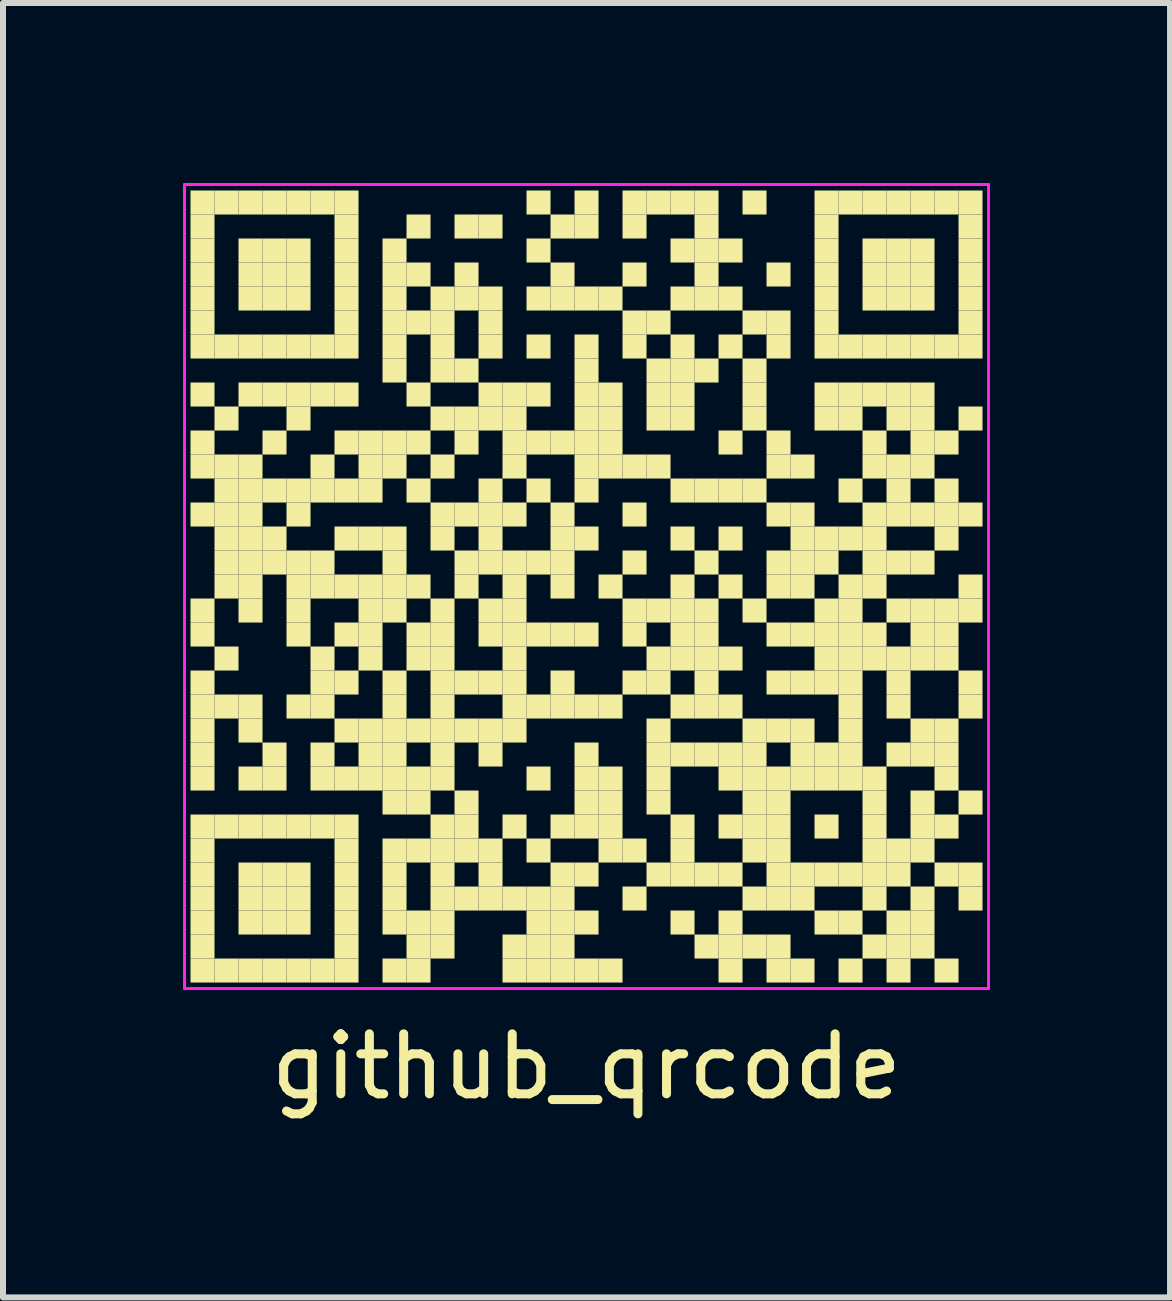
<source format=kicad_pcb>
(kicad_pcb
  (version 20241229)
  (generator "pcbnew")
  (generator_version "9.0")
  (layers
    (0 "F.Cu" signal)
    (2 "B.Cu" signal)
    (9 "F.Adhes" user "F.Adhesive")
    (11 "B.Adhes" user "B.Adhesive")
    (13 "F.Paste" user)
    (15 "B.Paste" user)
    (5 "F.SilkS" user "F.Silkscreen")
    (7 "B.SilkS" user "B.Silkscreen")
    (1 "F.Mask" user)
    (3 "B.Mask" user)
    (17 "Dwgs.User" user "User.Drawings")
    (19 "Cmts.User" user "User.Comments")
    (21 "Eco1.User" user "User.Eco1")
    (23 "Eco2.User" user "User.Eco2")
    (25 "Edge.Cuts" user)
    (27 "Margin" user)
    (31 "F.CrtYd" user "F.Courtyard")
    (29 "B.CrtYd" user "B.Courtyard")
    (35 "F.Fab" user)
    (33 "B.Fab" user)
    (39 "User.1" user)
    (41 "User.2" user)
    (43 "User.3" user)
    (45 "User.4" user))
  (footprint "github_qrcode"
    (layer "F.Cu")
    (at 6.725 6.725)
    (property "Reference" "github_qrcode" (at 0 8 0) (layer "F.SilkS") (effects (font (size 1 1) (thickness 0.15))))
    (fp_rect (start -6.6 -6.6) (end -6.2 -6.2) (stroke (width 0) (type solid)) (fill yes) (layer "F.SilkS"))
    (fp_rect (start -6.6 -6.2) (end -6.2 -5.8) (stroke (width 0) (type solid)) (fill yes) (layer "F.SilkS"))
    (fp_rect (start -6.6 -5.8) (end -6.2 -5.4) (stroke (width 0) (type solid)) (fill yes) (layer "F.SilkS"))
    (fp_rect (start -6.6 -5.4) (end -6.2 -5) (stroke (width 0) (type solid)) (fill yes) (layer "F.SilkS"))
    (fp_rect (start -6.6 -5) (end -6.2 -4.6) (stroke (width 0) (type solid)) (fill yes) (layer "F.SilkS"))
    (fp_rect (start -6.6 -4.6) (end -6.2 -4.2) (stroke (width 0) (type solid)) (fill yes) (layer "F.SilkS"))
    (fp_rect (start -6.6 -4.2) (end -6.2 -3.8) (stroke (width 0) (type solid)) (fill yes) (layer "F.SilkS"))
    (fp_rect (start -6.6 -3.4) (end -6.2 -3) (stroke (width 0) (type solid)) (fill yes) (layer "F.SilkS"))
    (fp_rect (start -6.6 -2.6) (end -6.2 -2.2) (stroke (width 0) (type solid)) (fill yes) (layer "F.SilkS"))
    (fp_rect (start -6.6 -2.2) (end -6.2 -1.8) (stroke (width 0) (type solid)) (fill yes) (layer "F.SilkS"))
    (fp_rect (start -6.6 -1.4) (end -6.2 -1) (stroke (width 0) (type solid)) (fill yes) (layer "F.SilkS"))
    (fp_rect (start -6.6 0.2) (end -6.2 0.6) (stroke (width 0) (type solid)) (fill yes) (layer "F.SilkS"))
    (fp_rect (start -6.6 0.6) (end -6.2 1) (stroke (width 0) (type solid)) (fill yes) (layer "F.SilkS"))
    (fp_rect (start -6.6 1.4) (end -6.2 1.8) (stroke (width 0) (type solid)) (fill yes) (layer "F.SilkS"))
    (fp_rect (start -6.6 1.8) (end -6.2 2.2) (stroke (width 0) (type solid)) (fill yes) (layer "F.SilkS"))
    (fp_rect (start -6.6 2.2) (end -6.2 2.6) (stroke (width 0) (type solid)) (fill yes) (layer "F.SilkS"))
    (fp_rect (start -6.6 2.6) (end -6.2 3) (stroke (width 0) (type solid)) (fill yes) (layer "F.SilkS"))
    (fp_rect (start -6.6 3) (end -6.2 3.4) (stroke (width 0) (type solid)) (fill yes) (layer "F.SilkS"))
    (fp_rect (start -6.6 3.8) (end -6.2 4.2) (stroke (width 0) (type solid)) (fill yes) (layer "F.SilkS"))
    (fp_rect (start -6.6 4.2) (end -6.2 4.6) (stroke (width 0) (type solid)) (fill yes) (layer "F.SilkS"))
    (fp_rect (start -6.6 4.6) (end -6.2 5) (stroke (width 0) (type solid)) (fill yes) (layer "F.SilkS"))
    (fp_rect (start -6.6 5) (end -6.2 5.4) (stroke (width 0) (type solid)) (fill yes) (layer "F.SilkS"))
    (fp_rect (start -6.6 5.4) (end -6.2 5.8) (stroke (width 0) (type solid)) (fill yes) (layer "F.SilkS"))
    (fp_rect (start -6.6 5.8) (end -6.2 6.2) (stroke (width 0) (type solid)) (fill yes) (layer "F.SilkS"))
    (fp_rect (start -6.6 6.2) (end -6.2 6.6) (stroke (width 0) (type solid)) (fill yes) (layer "F.SilkS"))
    (fp_rect (start -6.2 -6.6) (end -5.8 -6.2) (stroke (width 0) (type solid)) (fill yes) (layer "F.SilkS"))
    (fp_rect (start -6.2 -4.2) (end -5.8 -3.8) (stroke (width 0) (type solid)) (fill yes) (layer "F.SilkS"))
    (fp_rect (start -6.2 -3) (end -5.8 -2.6) (stroke (width 0) (type solid)) (fill yes) (layer "F.SilkS"))
    (fp_rect (start -6.2 -2.2) (end -5.8 -1.8) (stroke (width 0) (type solid)) (fill yes) (layer "F.SilkS"))
    (fp_rect (start -6.2 -1.8) (end -5.8 -1.4) (stroke (width 0) (type solid)) (fill yes) (layer "F.SilkS"))
    (fp_rect (start -6.2 -1.4) (end -5.8 -1) (stroke (width 0) (type solid)) (fill yes) (layer "F.SilkS"))
    (fp_rect (start -6.2 -1) (end -5.8 -0.6) (stroke (width 0) (type solid)) (fill yes) (layer "F.SilkS"))
    (fp_rect (start -6.2 -0.6) (end -5.8 -0.2) (stroke (width 0) (type solid)) (fill yes) (layer "F.SilkS"))
    (fp_rect (start -6.2 -0.2) (end -5.8 0.2) (stroke (width 0) (type solid)) (fill yes) (layer "F.SilkS"))
    (fp_rect (start -6.2 1) (end -5.8 1.4) (stroke (width 0) (type solid)) (fill yes) (layer "F.SilkS"))
    (fp_rect (start -6.2 1.8) (end -5.8 2.2) (stroke (width 0) (type solid)) (fill yes) (layer "F.SilkS"))
    (fp_rect (start -6.2 3.8) (end -5.8 4.2) (stroke (width 0) (type solid)) (fill yes) (layer "F.SilkS"))
    (fp_rect (start -6.2 6.2) (end -5.8 6.6) (stroke (width 0) (type solid)) (fill yes) (layer "F.SilkS"))
    (fp_rect (start -5.8 -6.6) (end -5.4 -6.2) (stroke (width 0) (type solid)) (fill yes) (layer "F.SilkS"))
    (fp_rect (start -5.8 -5.8) (end -5.4 -5.4) (stroke (width 0) (type solid)) (fill yes) (layer "F.SilkS"))
    (fp_rect (start -5.8 -5.4) (end -5.4 -5) (stroke (width 0) (type solid)) (fill yes) (layer "F.SilkS"))
    (fp_rect (start -5.8 -5) (end -5.4 -4.6) (stroke (width 0) (type solid)) (fill yes) (layer "F.SilkS"))
    (fp_rect (start -5.8 -4.2) (end -5.4 -3.8) (stroke (width 0) (type solid)) (fill yes) (layer "F.SilkS"))
    (fp_rect (start -5.8 -3.4) (end -5.4 -3) (stroke (width 0) (type solid)) (fill yes) (layer "F.SilkS"))
    (fp_rect (start -5.8 -2.2) (end -5.4 -1.8) (stroke (width 0) (type solid)) (fill yes) (layer "F.SilkS"))
    (fp_rect (start -5.8 -1.8) (end -5.4 -1.4) (stroke (width 0) (type solid)) (fill yes) (layer "F.SilkS"))
    (fp_rect (start -5.8 -1.4) (end -5.4 -1) (stroke (width 0) (type solid)) (fill yes) (layer "F.SilkS"))
    (fp_rect (start -5.8 -1) (end -5.4 -0.6) (stroke (width 0) (type solid)) (fill yes) (layer "F.SilkS"))
    (fp_rect (start -5.8 -0.6) (end -5.4 -0.2) (stroke (width 0) (type solid)) (fill yes) (layer "F.SilkS"))
    (fp_rect (start -5.8 -0.2) (end -5.4 0.2) (stroke (width 0) (type solid)) (fill yes) (layer "F.SilkS"))
    (fp_rect (start -5.8 0.2) (end -5.4 0.6) (stroke (width 0) (type solid)) (fill yes) (layer "F.SilkS"))
    (fp_rect (start -5.8 1.8) (end -5.4 2.2) (stroke (width 0) (type solid)) (fill yes) (layer "F.SilkS"))
    (fp_rect (start -5.8 2.2) (end -5.4 2.6) (stroke (width 0) (type solid)) (fill yes) (layer "F.SilkS"))
    (fp_rect (start -5.8 3) (end -5.4 3.4) (stroke (width 0) (type solid)) (fill yes) (layer "F.SilkS"))
    (fp_rect (start -5.8 3.8) (end -5.4 4.2) (stroke (width 0) (type solid)) (fill yes) (layer "F.SilkS"))
    (fp_rect (start -5.8 4.6) (end -5.4 5) (stroke (width 0) (type solid)) (fill yes) (layer "F.SilkS"))
    (fp_rect (start -5.8 5) (end -5.4 5.4) (stroke (width 0) (type solid)) (fill yes) (layer "F.SilkS"))
    (fp_rect (start -5.8 5.4) (end -5.4 5.8) (stroke (width 0) (type solid)) (fill yes) (layer "F.SilkS"))
    (fp_rect (start -5.8 6.2) (end -5.4 6.6) (stroke (width 0) (type solid)) (fill yes) (layer "F.SilkS"))
    (fp_rect (start -5.4 -6.6) (end -5 -6.2) (stroke (width 0) (type solid)) (fill yes) (layer "F.SilkS"))
    (fp_rect (start -5.4 -5.8) (end -5 -5.4) (stroke (width 0) (type solid)) (fill yes) (layer "F.SilkS"))
    (fp_rect (start -5.4 -5.4) (end -5 -5) (stroke (width 0) (type solid)) (fill yes) (layer "F.SilkS"))
    (fp_rect (start -5.4 -5) (end -5 -4.6) (stroke (width 0) (type solid)) (fill yes) (layer "F.SilkS"))
    (fp_rect (start -5.4 -4.2) (end -5 -3.8) (stroke (width 0) (type solid)) (fill yes) (layer "F.SilkS"))
    (fp_rect (start -5.4 -3.4) (end -5 -3) (stroke (width 0) (type solid)) (fill yes) (layer "F.SilkS"))
    (fp_rect (start -5.4 -2.6) (end -5 -2.2) (stroke (width 0) (type solid)) (fill yes) (layer "F.SilkS"))
    (fp_rect (start -5.4 -1.8) (end -5 -1.4) (stroke (width 0) (type solid)) (fill yes) (layer "F.SilkS"))
    (fp_rect (start -5.4 -1) (end -5 -0.6) (stroke (width 0) (type solid)) (fill yes) (layer "F.SilkS"))
    (fp_rect (start -5.4 -0.6) (end -5 -0.2) (stroke (width 0) (type solid)) (fill yes) (layer "F.SilkS"))
    (fp_rect (start -5.4 2.6) (end -5 3) (stroke (width 0) (type solid)) (fill yes) (layer "F.SilkS"))
    (fp_rect (start -5.4 3) (end -5 3.4) (stroke (width 0) (type solid)) (fill yes) (layer "F.SilkS"))
    (fp_rect (start -5.4 3.8) (end -5 4.2) (stroke (width 0) (type solid)) (fill yes) (layer "F.SilkS"))
    (fp_rect (start -5.4 4.6) (end -5 5) (stroke (width 0) (type solid)) (fill yes) (layer "F.SilkS"))
    (fp_rect (start -5.4 5) (end -5 5.4) (stroke (width 0) (type solid)) (fill yes) (layer "F.SilkS"))
    (fp_rect (start -5.4 5.4) (end -5 5.8) (stroke (width 0) (type solid)) (fill yes) (layer "F.SilkS"))
    (fp_rect (start -5.4 6.2) (end -5 6.6) (stroke (width 0) (type solid)) (fill yes) (layer "F.SilkS"))
    (fp_rect (start -5 -6.6) (end -4.6 -6.2) (stroke (width 0) (type solid)) (fill yes) (layer "F.SilkS"))
    (fp_rect (start -5 -5.8) (end -4.6 -5.4) (stroke (width 0) (type solid)) (fill yes) (layer "F.SilkS"))
    (fp_rect (start -5 -5.4) (end -4.6 -5) (stroke (width 0) (type solid)) (fill yes) (layer "F.SilkS"))
    (fp_rect (start -5 -5) (end -4.6 -4.6) (stroke (width 0) (type solid)) (fill yes) (layer "F.SilkS"))
    (fp_rect (start -5 -4.2) (end -4.6 -3.8) (stroke (width 0) (type solid)) (fill yes) (layer "F.SilkS"))
    (fp_rect (start -5 -3.4) (end -4.6 -3) (stroke (width 0) (type solid)) (fill yes) (layer "F.SilkS"))
    (fp_rect (start -5 -3) (end -4.6 -2.6) (stroke (width 0) (type solid)) (fill yes) (layer "F.SilkS"))
    (fp_rect (start -5 -1.8) (end -4.6 -1.4) (stroke (width 0) (type solid)) (fill yes) (layer "F.SilkS"))
    (fp_rect (start -5 -1.4) (end -4.6 -1) (stroke (width 0) (type solid)) (fill yes) (layer "F.SilkS"))
    (fp_rect (start -5 -0.6) (end -4.6 -0.2) (stroke (width 0) (type solid)) (fill yes) (layer "F.SilkS"))
    (fp_rect (start -5 -0.2) (end -4.6 0.2) (stroke (width 0) (type solid)) (fill yes) (layer "F.SilkS"))
    (fp_rect (start -5 0.2) (end -4.6 0.6) (stroke (width 0) (type solid)) (fill yes) (layer "F.SilkS"))
    (fp_rect (start -5 0.6) (end -4.6 1) (stroke (width 0) (type solid)) (fill yes) (layer "F.SilkS"))
    (fp_rect (start -5 1.8) (end -4.6 2.2) (stroke (width 0) (type solid)) (fill yes) (layer "F.SilkS"))
    (fp_rect (start -5 3.8) (end -4.6 4.2) (stroke (width 0) (type solid)) (fill yes) (layer "F.SilkS"))
    (fp_rect (start -5 4.6) (end -4.6 5) (stroke (width 0) (type solid)) (fill yes) (layer "F.SilkS"))
    (fp_rect (start -5 5) (end -4.6 5.4) (stroke (width 0) (type solid)) (fill yes) (layer "F.SilkS"))
    (fp_rect (start -5 5.4) (end -4.6 5.8) (stroke (width 0) (type solid)) (fill yes) (layer "F.SilkS"))
    (fp_rect (start -5 6.2) (end -4.6 6.6) (stroke (width 0) (type solid)) (fill yes) (layer "F.SilkS"))
    (fp_rect (start -4.6 -6.6) (end -4.2 -6.2) (stroke (width 0) (type solid)) (fill yes) (layer "F.SilkS"))
    (fp_rect (start -4.6 -4.2) (end -4.2 -3.8) (stroke (width 0) (type solid)) (fill yes) (layer "F.SilkS"))
    (fp_rect (start -4.6 -3.4) (end -4.2 -3) (stroke (width 0) (type solid)) (fill yes) (layer "F.SilkS"))
    (fp_rect (start -4.6 -2.2) (end -4.2 -1.8) (stroke (width 0) (type solid)) (fill yes) (layer "F.SilkS"))
    (fp_rect (start -4.6 -1.8) (end -4.2 -1.4) (stroke (width 0) (type solid)) (fill yes) (layer "F.SilkS"))
    (fp_rect (start -4.6 -0.6) (end -4.2 -0.2) (stroke (width 0) (type solid)) (fill yes) (layer "F.SilkS"))
    (fp_rect (start -4.6 -0.2) (end -4.2 0.2) (stroke (width 0) (type solid)) (fill yes) (layer "F.SilkS"))
    (fp_rect (start -4.6 1) (end -4.2 1.4) (stroke (width 0) (type solid)) (fill yes) (layer "F.SilkS"))
    (fp_rect (start -4.6 1.4) (end -4.2 1.8) (stroke (width 0) (type solid)) (fill yes) (layer "F.SilkS"))
    (fp_rect (start -4.6 1.8) (end -4.2 2.2) (stroke (width 0) (type solid)) (fill yes) (layer "F.SilkS"))
    (fp_rect (start -4.6 2.6) (end -4.2 3) (stroke (width 0) (type solid)) (fill yes) (layer "F.SilkS"))
    (fp_rect (start -4.6 3) (end -4.2 3.4) (stroke (width 0) (type solid)) (fill yes) (layer "F.SilkS"))
    (fp_rect (start -4.6 3.8) (end -4.2 4.2) (stroke (width 0) (type solid)) (fill yes) (layer "F.SilkS"))
    (fp_rect (start -4.6 6.2) (end -4.2 6.6) (stroke (width 0) (type solid)) (fill yes) (layer "F.SilkS"))
    (fp_rect (start -4.2 -6.6) (end -3.8 -6.2) (stroke (width 0) (type solid)) (fill yes) (layer "F.SilkS"))
    (fp_rect (start -4.2 -6.2) (end -3.8 -5.8) (stroke (width 0) (type solid)) (fill yes) (layer "F.SilkS"))
    (fp_rect (start -4.2 -5.8) (end -3.8 -5.4) (stroke (width 0) (type solid)) (fill yes) (layer "F.SilkS"))
    (fp_rect (start -4.2 -5.4) (end -3.8 -5) (stroke (width 0) (type solid)) (fill yes) (layer "F.SilkS"))
    (fp_rect (start -4.2 -5) (end -3.8 -4.6) (stroke (width 0) (type solid)) (fill yes) (layer "F.SilkS"))
    (fp_rect (start -4.2 -4.6) (end -3.8 -4.2) (stroke (width 0) (type solid)) (fill yes) (layer "F.SilkS"))
    (fp_rect (start -4.2 -4.2) (end -3.8 -3.8) (stroke (width 0) (type solid)) (fill yes) (layer "F.SilkS"))
    (fp_rect (start -4.2 -3.4) (end -3.8 -3) (stroke (width 0) (type solid)) (fill yes) (layer "F.SilkS"))
    (fp_rect (start -4.2 -2.6) (end -3.8 -2.2) (stroke (width 0) (type solid)) (fill yes) (layer "F.SilkS"))
    (fp_rect (start -4.2 -1.8) (end -3.8 -1.4) (stroke (width 0) (type solid)) (fill yes) (layer "F.SilkS"))
    (fp_rect (start -4.2 -1) (end -3.8 -0.6) (stroke (width 0) (type solid)) (fill yes) (layer "F.SilkS"))
    (fp_rect (start -4.2 -0.2) (end -3.8 0.2) (stroke (width 0) (type solid)) (fill yes) (layer "F.SilkS"))
    (fp_rect (start -4.2 0.6) (end -3.8 1) (stroke (width 0) (type solid)) (fill yes) (layer "F.SilkS"))
    (fp_rect (start -4.2 1.4) (end -3.8 1.8) (stroke (width 0) (type solid)) (fill yes) (layer "F.SilkS"))
    (fp_rect (start -4.2 2.2) (end -3.8 2.6) (stroke (width 0) (type solid)) (fill yes) (layer "F.SilkS"))
    (fp_rect (start -4.2 3) (end -3.8 3.4) (stroke (width 0) (type solid)) (fill yes) (layer "F.SilkS"))
    (fp_rect (start -4.2 3.8) (end -3.8 4.2) (stroke (width 0) (type solid)) (fill yes) (layer "F.SilkS"))
    (fp_rect (start -4.2 4.2) (end -3.8 4.6) (stroke (width 0) (type solid)) (fill yes) (layer "F.SilkS"))
    (fp_rect (start -4.2 4.6) (end -3.8 5) (stroke (width 0) (type solid)) (fill yes) (layer "F.SilkS"))
    (fp_rect (start -4.2 5) (end -3.8 5.4) (stroke (width 0) (type solid)) (fill yes) (layer "F.SilkS"))
    (fp_rect (start -4.2 5.4) (end -3.8 5.8) (stroke (width 0) (type solid)) (fill yes) (layer "F.SilkS"))
    (fp_rect (start -4.2 5.8) (end -3.8 6.2) (stroke (width 0) (type solid)) (fill yes) (layer "F.SilkS"))
    (fp_rect (start -4.2 6.2) (end -3.8 6.6) (stroke (width 0) (type solid)) (fill yes) (layer "F.SilkS"))
    (fp_rect (start -3.8 -2.6) (end -3.4 -2.2) (stroke (width 0) (type solid)) (fill yes) (layer "F.SilkS"))
    (fp_rect (start -3.8 -2.2) (end -3.4 -1.8) (stroke (width 0) (type solid)) (fill yes) (layer "F.SilkS"))
    (fp_rect (start -3.8 -1.8) (end -3.4 -1.4) (stroke (width 0) (type solid)) (fill yes) (layer "F.SilkS"))
    (fp_rect (start -3.8 -1) (end -3.4 -0.6) (stroke (width 0) (type solid)) (fill yes) (layer "F.SilkS"))
    (fp_rect (start -3.8 -0.2) (end -3.4 0.2) (stroke (width 0) (type solid)) (fill yes) (layer "F.SilkS"))
    (fp_rect (start -3.8 0.2) (end -3.4 0.6) (stroke (width 0) (type solid)) (fill yes) (layer "F.SilkS"))
    (fp_rect (start -3.8 0.6) (end -3.4 1) (stroke (width 0) (type solid)) (fill yes) (layer "F.SilkS"))
    (fp_rect (start -3.8 1) (end -3.4 1.4) (stroke (width 0) (type solid)) (fill yes) (layer "F.SilkS"))
    (fp_rect (start -3.8 2.2) (end -3.4 2.6) (stroke (width 0) (type solid)) (fill yes) (layer "F.SilkS"))
    (fp_rect (start -3.8 2.6) (end -3.4 3) (stroke (width 0) (type solid)) (fill yes) (layer "F.SilkS"))
    (fp_rect (start -3.8 3) (end -3.4 3.4) (stroke (width 0) (type solid)) (fill yes) (layer "F.SilkS"))
    (fp_rect (start -3.4 -5.8) (end -3 -5.4) (stroke (width 0) (type solid)) (fill yes) (layer "F.SilkS"))
    (fp_rect (start -3.4 -5.4) (end -3 -5) (stroke (width 0) (type solid)) (fill yes) (layer "F.SilkS"))
    (fp_rect (start -3.4 -5) (end -3 -4.6) (stroke (width 0) (type solid)) (fill yes) (layer "F.SilkS"))
    (fp_rect (start -3.4 -4.6) (end -3 -4.2) (stroke (width 0) (type solid)) (fill yes) (layer "F.SilkS"))
    (fp_rect (start -3.4 -4.2) (end -3 -3.8) (stroke (width 0) (type solid)) (fill yes) (layer "F.SilkS"))
    (fp_rect (start -3.4 -3.8) (end -3 -3.4) (stroke (width 0) (type solid)) (fill yes) (layer "F.SilkS"))
    (fp_rect (start -3.4 -2.6) (end -3 -2.2) (stroke (width 0) (type solid)) (fill yes) (layer "F.SilkS"))
    (fp_rect (start -3.4 -2.2) (end -3 -1.8) (stroke (width 0) (type solid)) (fill yes) (layer "F.SilkS"))
    (fp_rect (start -3.4 -1) (end -3 -0.6) (stroke (width 0) (type solid)) (fill yes) (layer "F.SilkS"))
    (fp_rect (start -3.4 -0.6) (end -3 -0.2) (stroke (width 0) (type solid)) (fill yes) (layer "F.SilkS"))
    (fp_rect (start -3.4 -0.2) (end -3 0.2) (stroke (width 0) (type solid)) (fill yes) (layer "F.SilkS"))
    (fp_rect (start -3.4 0.2) (end -3 0.6) (stroke (width 0) (type solid)) (fill yes) (layer "F.SilkS"))
    (fp_rect (start -3.4 1.4) (end -3 1.8) (stroke (width 0) (type solid)) (fill yes) (layer "F.SilkS"))
    (fp_rect (start -3.4 1.8) (end -3 2.2) (stroke (width 0) (type solid)) (fill yes) (layer "F.SilkS"))
    (fp_rect (start -3.4 2.2) (end -3 2.6) (stroke (width 0) (type solid)) (fill yes) (layer "F.SilkS"))
    (fp_rect (start -3.4 2.6) (end -3 3) (stroke (width 0) (type solid)) (fill yes) (layer "F.SilkS"))
    (fp_rect (start -3.4 3) (end -3 3.4) (stroke (width 0) (type solid)) (fill yes) (layer "F.SilkS"))
    (fp_rect (start -3.4 3.4) (end -3 3.8) (stroke (width 0) (type solid)) (fill yes) (layer "F.SilkS"))
    (fp_rect (start -3.4 4.2) (end -3 4.6) (stroke (width 0) (type solid)) (fill yes) (layer "F.SilkS"))
    (fp_rect (start -3.4 4.6) (end -3 5) (stroke (width 0) (type solid)) (fill yes) (layer "F.SilkS"))
    (fp_rect (start -3.4 5) (end -3 5.4) (stroke (width 0) (type solid)) (fill yes) (layer "F.SilkS"))
    (fp_rect (start -3.4 5.4) (end -3 5.8) (stroke (width 0) (type solid)) (fill yes) (layer "F.SilkS"))
    (fp_rect (start -3.4 6.2) (end -3 6.6) (stroke (width 0) (type solid)) (fill yes) (layer "F.SilkS"))
    (fp_rect (start -3 -6.2) (end -2.6 -5.8) (stroke (width 0) (type solid)) (fill yes) (layer "F.SilkS"))
    (fp_rect (start -3 -5.4) (end -2.6 -5) (stroke (width 0) (type solid)) (fill yes) (layer "F.SilkS"))
    (fp_rect (start -3 -4.6) (end -2.6 -4.2) (stroke (width 0) (type solid)) (fill yes) (layer "F.SilkS"))
    (fp_rect (start -3 -3.4) (end -2.6 -3) (stroke (width 0) (type solid)) (fill yes) (layer "F.SilkS"))
    (fp_rect (start -3 -2.6) (end -2.6 -2.2) (stroke (width 0) (type solid)) (fill yes) (layer "F.SilkS"))
    (fp_rect (start -3 -1.8) (end -2.6 -1.4) (stroke (width 0) (type solid)) (fill yes) (layer "F.SilkS"))
    (fp_rect (start -3 -0.2) (end -2.6 0.2) (stroke (width 0) (type solid)) (fill yes) (layer "F.SilkS"))
    (fp_rect (start -3 0.6) (end -2.6 1) (stroke (width 0) (type solid)) (fill yes) (layer "F.SilkS"))
    (fp_rect (start -3 1) (end -2.6 1.4) (stroke (width 0) (type solid)) (fill yes) (layer "F.SilkS"))
    (fp_rect (start -3 2.2) (end -2.6 2.6) (stroke (width 0) (type solid)) (fill yes) (layer "F.SilkS"))
    (fp_rect (start -3 3) (end -2.6 3.4) (stroke (width 0) (type solid)) (fill yes) (layer "F.SilkS"))
    (fp_rect (start -3 3.4) (end -2.6 3.8) (stroke (width 0) (type solid)) (fill yes) (layer "F.SilkS"))
    (fp_rect (start -3 4.2) (end -2.6 4.6) (stroke (width 0) (type solid)) (fill yes) (layer "F.SilkS"))
    (fp_rect (start -3 5.4) (end -2.6 5.8) (stroke (width 0) (type solid)) (fill yes) (layer "F.SilkS"))
    (fp_rect (start -3 5.8) (end -2.6 6.2) (stroke (width 0) (type solid)) (fill yes) (layer "F.SilkS"))
    (fp_rect (start -3 6.2) (end -2.6 6.6) (stroke (width 0) (type solid)) (fill yes) (layer "F.SilkS"))
    (fp_rect (start -2.6 -5) (end -2.2 -4.6) (stroke (width 0) (type solid)) (fill yes) (layer "F.SilkS"))
    (fp_rect (start -2.6 -4.6) (end -2.2 -4.2) (stroke (width 0) (type solid)) (fill yes) (layer "F.SilkS"))
    (fp_rect (start -2.6 -4.2) (end -2.2 -3.8) (stroke (width 0) (type solid)) (fill yes) (layer "F.SilkS"))
    (fp_rect (start -2.6 -3.8) (end -2.2 -3.4) (stroke (width 0) (type solid)) (fill yes) (layer "F.SilkS"))
    (fp_rect (start -2.6 -3) (end -2.2 -2.6) (stroke (width 0) (type solid)) (fill yes) (layer "F.SilkS"))
    (fp_rect (start -2.6 -2.2) (end -2.2 -1.8) (stroke (width 0) (type solid)) (fill yes) (layer "F.SilkS"))
    (fp_rect (start -2.6 -1.4) (end -2.2 -1) (stroke (width 0) (type solid)) (fill yes) (layer "F.SilkS"))
    (fp_rect (start -2.6 -1) (end -2.2 -0.6) (stroke (width 0) (type solid)) (fill yes) (layer "F.SilkS"))
    (fp_rect (start -2.6 0.2) (end -2.2 0.6) (stroke (width 0) (type solid)) (fill yes) (layer "F.SilkS"))
    (fp_rect (start -2.6 0.6) (end -2.2 1) (stroke (width 0) (type solid)) (fill yes) (layer "F.SilkS"))
    (fp_rect (start -2.6 1) (end -2.2 1.4) (stroke (width 0) (type solid)) (fill yes) (layer "F.SilkS"))
    (fp_rect (start -2.6 1.4) (end -2.2 1.8) (stroke (width 0) (type solid)) (fill yes) (layer "F.SilkS"))
    (fp_rect (start -2.6 1.8) (end -2.2 2.2) (stroke (width 0) (type solid)) (fill yes) (layer "F.SilkS"))
    (fp_rect (start -2.6 2.2) (end -2.2 2.6) (stroke (width 0) (type solid)) (fill yes) (layer "F.SilkS"))
    (fp_rect (start -2.6 2.6) (end -2.2 3) (stroke (width 0) (type solid)) (fill yes) (layer "F.SilkS"))
    (fp_rect (start -2.6 3) (end -2.2 3.4) (stroke (width 0) (type solid)) (fill yes) (layer "F.SilkS"))
    (fp_rect (start -2.6 3.8) (end -2.2 4.2) (stroke (width 0) (type solid)) (fill yes) (layer "F.SilkS"))
    (fp_rect (start -2.6 4.2) (end -2.2 4.6) (stroke (width 0) (type solid)) (fill yes) (layer "F.SilkS"))
    (fp_rect (start -2.6 4.6) (end -2.2 5) (stroke (width 0) (type solid)) (fill yes) (layer "F.SilkS"))
    (fp_rect (start -2.6 5) (end -2.2 5.4) (stroke (width 0) (type solid)) (fill yes) (layer "F.SilkS"))
    (fp_rect (start -2.6 5.4) (end -2.2 5.8) (stroke (width 0) (type solid)) (fill yes) (layer "F.SilkS"))
    (fp_rect (start -2.6 5.8) (end -2.2 6.2) (stroke (width 0) (type solid)) (fill yes) (layer "F.SilkS"))
    (fp_rect (start -2.2 -6.2) (end -1.8 -5.8) (stroke (width 0) (type solid)) (fill yes) (layer "F.SilkS"))
    (fp_rect (start -2.2 -5.4) (end -1.8 -5) (stroke (width 0) (type solid)) (fill yes) (layer "F.SilkS"))
    (fp_rect (start -2.2 -5) (end -1.8 -4.6) (stroke (width 0) (type solid)) (fill yes) (layer "F.SilkS"))
    (fp_rect (start -2.2 -3.8) (end -1.8 -3.4) (stroke (width 0) (type solid)) (fill yes) (layer "F.SilkS"))
    (fp_rect (start -2.2 -3) (end -1.8 -2.6) (stroke (width 0) (type solid)) (fill yes) (layer "F.SilkS"))
    (fp_rect (start -2.2 -2.6) (end -1.8 -2.2) (stroke (width 0) (type solid)) (fill yes) (layer "F.SilkS"))
    (fp_rect (start -2.2 -1.4) (end -1.8 -1) (stroke (width 0) (type solid)) (fill yes) (layer "F.SilkS"))
    (fp_rect (start -2.2 -0.6) (end -1.8 -0.2) (stroke (width 0) (type solid)) (fill yes) (layer "F.SilkS"))
    (fp_rect (start -2.2 -0.2) (end -1.8 0.2) (stroke (width 0) (type solid)) (fill yes) (layer "F.SilkS"))
    (fp_rect (start -2.2 1.4) (end -1.8 1.8) (stroke (width 0) (type solid)) (fill yes) (layer "F.SilkS"))
    (fp_rect (start -2.2 2.2) (end -1.8 2.6) (stroke (width 0) (type solid)) (fill yes) (layer "F.SilkS"))
    (fp_rect (start -2.2 3.4) (end -1.8 3.8) (stroke (width 0) (type solid)) (fill yes) (layer "F.SilkS"))
    (fp_rect (start -2.2 3.8) (end -1.8 4.2) (stroke (width 0) (type solid)) (fill yes) (layer "F.SilkS"))
    (fp_rect (start -2.2 4.2) (end -1.8 4.6) (stroke (width 0) (type solid)) (fill yes) (layer "F.SilkS"))
    (fp_rect (start -2.2 5) (end -1.8 5.4) (stroke (width 0) (type solid)) (fill yes) (layer "F.SilkS"))
    (fp_rect (start -1.8 -6.2) (end -1.4 -5.8) (stroke (width 0) (type solid)) (fill yes) (layer "F.SilkS"))
    (fp_rect (start -1.8 -5) (end -1.4 -4.6) (stroke (width 0) (type solid)) (fill yes) (layer "F.SilkS"))
    (fp_rect (start -1.8 -4.6) (end -1.4 -4.2) (stroke (width 0) (type solid)) (fill yes) (layer "F.SilkS"))
    (fp_rect (start -1.8 -4.2) (end -1.4 -3.8) (stroke (width 0) (type solid)) (fill yes) (layer "F.SilkS"))
    (fp_rect (start -1.8 -3.4) (end -1.4 -3) (stroke (width 0) (type solid)) (fill yes) (layer "F.SilkS"))
    (fp_rect (start -1.8 -3) (end -1.4 -2.6) (stroke (width 0) (type solid)) (fill yes) (layer "F.SilkS"))
    (fp_rect (start -1.8 -1.8) (end -1.4 -1.4) (stroke (width 0) (type solid)) (fill yes) (layer "F.SilkS"))
    (fp_rect (start -1.8 -1.4) (end -1.4 -1) (stroke (width 0) (type solid)) (fill yes) (layer "F.SilkS"))
    (fp_rect (start -1.8 -1) (end -1.4 -0.6) (stroke (width 0) (type solid)) (fill yes) (layer "F.SilkS"))
    (fp_rect (start -1.8 -0.6) (end -1.4 -0.2) (stroke (width 0) (type solid)) (fill yes) (layer "F.SilkS"))
    (fp_rect (start -1.8 0.2) (end -1.4 0.6) (stroke (width 0) (type solid)) (fill yes) (layer "F.SilkS"))
    (fp_rect (start -1.8 0.6) (end -1.4 1) (stroke (width 0) (type solid)) (fill yes) (layer "F.SilkS"))
    (fp_rect (start -1.8 1.4) (end -1.4 1.8) (stroke (width 0) (type solid)) (fill yes) (layer "F.SilkS"))
    (fp_rect (start -1.8 2.2) (end -1.4 2.6) (stroke (width 0) (type solid)) (fill yes) (layer "F.SilkS"))
    (fp_rect (start -1.8 2.6) (end -1.4 3) (stroke (width 0) (type solid)) (fill yes) (layer "F.SilkS"))
    (fp_rect (start -1.8 4.2) (end -1.4 4.6) (stroke (width 0) (type solid)) (fill yes) (layer "F.SilkS"))
    (fp_rect (start -1.8 4.6) (end -1.4 5) (stroke (width 0) (type solid)) (fill yes) (layer "F.SilkS"))
    (fp_rect (start -1.8 5) (end -1.4 5.4) (stroke (width 0) (type solid)) (fill yes) (layer "F.SilkS"))
    (fp_rect (start -1.4 -3.4) (end -1 -3) (stroke (width 0) (type solid)) (fill yes) (layer "F.SilkS"))
    (fp_rect (start -1.4 -3) (end -1 -2.6) (stroke (width 0) (type solid)) (fill yes) (layer "F.SilkS"))
    (fp_rect (start -1.4 -2.6) (end -1 -2.2) (stroke (width 0) (type solid)) (fill yes) (layer "F.SilkS"))
    (fp_rect (start -1.4 -2.2) (end -1 -1.8) (stroke (width 0) (type solid)) (fill yes) (layer "F.SilkS"))
    (fp_rect (start -1.4 -1.4) (end -1 -1) (stroke (width 0) (type solid)) (fill yes) (layer "F.SilkS"))
    (fp_rect (start -1.4 -0.6) (end -1 -0.2) (stroke (width 0) (type solid)) (fill yes) (layer "F.SilkS"))
    (fp_rect (start -1.4 -0.2) (end -1 0.2) (stroke (width 0) (type solid)) (fill yes) (layer "F.SilkS"))
    (fp_rect (start -1.4 0.2) (end -1 0.6) (stroke (width 0) (type solid)) (fill yes) (layer "F.SilkS"))
    (fp_rect (start -1.4 0.6) (end -1 1) (stroke (width 0) (type solid)) (fill yes) (layer "F.SilkS"))
    (fp_rect (start -1.4 1) (end -1 1.4) (stroke (width 0) (type solid)) (fill yes) (layer "F.SilkS"))
    (fp_rect (start -1.4 1.4) (end -1 1.8) (stroke (width 0) (type solid)) (fill yes) (layer "F.SilkS"))
    (fp_rect (start -1.4 1.8) (end -1 2.2) (stroke (width 0) (type solid)) (fill yes) (layer "F.SilkS"))
    (fp_rect (start -1.4 2.2) (end -1 2.6) (stroke (width 0) (type solid)) (fill yes) (layer "F.SilkS"))
    (fp_rect (start -1.4 3.8) (end -1 4.2) (stroke (width 0) (type solid)) (fill yes) (layer "F.SilkS"))
    (fp_rect (start -1.4 5) (end -1 5.4) (stroke (width 0) (type solid)) (fill yes) (layer "F.SilkS"))
    (fp_rect (start -1.4 5.8) (end -1 6.2) (stroke (width 0) (type solid)) (fill yes) (layer "F.SilkS"))
    (fp_rect (start -1.4 6.2) (end -1 6.6) (stroke (width 0) (type solid)) (fill yes) (layer "F.SilkS"))
    (fp_rect (start -1 -6.6) (end -0.6 -6.2) (stroke (width 0) (type solid)) (fill yes) (layer "F.SilkS"))
    (fp_rect (start -1 -5.8) (end -0.6 -5.4) (stroke (width 0) (type solid)) (fill yes) (layer "F.SilkS"))
    (fp_rect (start -1 -5) (end -0.6 -4.6) (stroke (width 0) (type solid)) (fill yes) (layer "F.SilkS"))
    (fp_rect (start -1 -4.2) (end -0.6 -3.8) (stroke (width 0) (type solid)) (fill yes) (layer "F.SilkS"))
    (fp_rect (start -1 -3.4) (end -0.6 -3) (stroke (width 0) (type solid)) (fill yes) (layer "F.SilkS"))
    (fp_rect (start -1 -2.6) (end -0.6 -2.2) (stroke (width 0) (type solid)) (fill yes) (layer "F.SilkS"))
    (fp_rect (start -1 -1.8) (end -0.6 -1.4) (stroke (width 0) (type solid)) (fill yes) (layer "F.SilkS"))
    (fp_rect (start -1 -0.6) (end -0.6 -0.2) (stroke (width 0) (type solid)) (fill yes) (layer "F.SilkS"))
    (fp_rect (start -1 0.6) (end -0.6 1) (stroke (width 0) (type solid)) (fill yes) (layer "F.SilkS"))
    (fp_rect (start -1 1.8) (end -0.6 2.2) (stroke (width 0) (type solid)) (fill yes) (layer "F.SilkS"))
    (fp_rect (start -1 3) (end -0.6 3.4) (stroke (width 0) (type solid)) (fill yes) (layer "F.SilkS"))
    (fp_rect (start -1 4.2) (end -0.6 4.6) (stroke (width 0) (type solid)) (fill yes) (layer "F.SilkS"))
    (fp_rect (start -1 5) (end -0.6 5.4) (stroke (width 0) (type solid)) (fill yes) (layer "F.SilkS"))
    (fp_rect (start -1 5.4) (end -0.6 5.8) (stroke (width 0) (type solid)) (fill yes) (layer "F.SilkS"))
    (fp_rect (start -1 5.8) (end -0.6 6.2) (stroke (width 0) (type solid)) (fill yes) (layer "F.SilkS"))
    (fp_rect (start -1 6.2) (end -0.6 6.6) (stroke (width 0) (type solid)) (fill yes) (layer "F.SilkS"))
    (fp_rect (start -0.6 -6.2) (end -0.2 -5.8) (stroke (width 0) (type solid)) (fill yes) (layer "F.SilkS"))
    (fp_rect (start -0.6 -5.4) (end -0.2 -5) (stroke (width 0) (type solid)) (fill yes) (layer "F.SilkS"))
    (fp_rect (start -0.6 -5) (end -0.2 -4.6) (stroke (width 0) (type solid)) (fill yes) (layer "F.SilkS"))
    (fp_rect (start -0.6 -2.6) (end -0.2 -2.2) (stroke (width 0) (type solid)) (fill yes) (layer "F.SilkS"))
    (fp_rect (start -0.6 -1.4) (end -0.2 -1) (stroke (width 0) (type solid)) (fill yes) (layer "F.SilkS"))
    (fp_rect (start -0.6 -1) (end -0.2 -0.6) (stroke (width 0) (type solid)) (fill yes) (layer "F.SilkS"))
    (fp_rect (start -0.6 -0.6) (end -0.2 -0.2) (stroke (width 0) (type solid)) (fill yes) (layer "F.SilkS"))
    (fp_rect (start -0.6 -0.2) (end -0.2 0.2) (stroke (width 0) (type solid)) (fill yes) (layer "F.SilkS"))
    (fp_rect (start -0.6 0.6) (end -0.2 1) (stroke (width 0) (type solid)) (fill yes) (layer "F.SilkS"))
    (fp_rect (start -0.6 1.4) (end -0.2 1.8) (stroke (width 0) (type solid)) (fill yes) (layer "F.SilkS"))
    (fp_rect (start -0.6 1.8) (end -0.2 2.2) (stroke (width 0) (type solid)) (fill yes) (layer "F.SilkS"))
    (fp_rect (start -0.6 3.8) (end -0.2 4.2) (stroke (width 0) (type solid)) (fill yes) (layer "F.SilkS"))
    (fp_rect (start -0.6 4.6) (end -0.2 5) (stroke (width 0) (type solid)) (fill yes) (layer "F.SilkS"))
    (fp_rect (start -0.6 5) (end -0.2 5.4) (stroke (width 0) (type solid)) (fill yes) (layer "F.SilkS"))
    (fp_rect (start -0.6 5.4) (end -0.2 5.8) (stroke (width 0) (type solid)) (fill yes) (layer "F.SilkS"))
    (fp_rect (start -0.6 5.8) (end -0.2 6.2) (stroke (width 0) (type solid)) (fill yes) (layer "F.SilkS"))
    (fp_rect (start -0.6 6.2) (end -0.2 6.6) (stroke (width 0) (type solid)) (fill yes) (layer "F.SilkS"))
    (fp_rect (start -0.2 -6.6) (end 0.2 -6.2) (stroke (width 0) (type solid)) (fill yes) (layer "F.SilkS"))
    (fp_rect (start -0.2 -6.2) (end 0.2 -5.8) (stroke (width 0) (type solid)) (fill yes) (layer "F.SilkS"))
    (fp_rect (start -0.2 -5) (end 0.2 -4.6) (stroke (width 0) (type solid)) (fill yes) (layer "F.SilkS"))
    (fp_rect (start -0.2 -4.2) (end 0.2 -3.8) (stroke (width 0) (type solid)) (fill yes) (layer "F.SilkS"))
    (fp_rect (start -0.2 -3.8) (end 0.2 -3.4) (stroke (width 0) (type solid)) (fill yes) (layer "F.SilkS"))
    (fp_rect (start -0.2 -3.4) (end 0.2 -3) (stroke (width 0) (type solid)) (fill yes) (layer "F.SilkS"))
    (fp_rect (start -0.2 -3) (end 0.2 -2.6) (stroke (width 0) (type solid)) (fill yes) (layer "F.SilkS"))
    (fp_rect (start -0.2 -2.6) (end 0.2 -2.2) (stroke (width 0) (type solid)) (fill yes) (layer "F.SilkS"))
    (fp_rect (start -0.2 -2.2) (end 0.2 -1.8) (stroke (width 0) (type solid)) (fill yes) (layer "F.SilkS"))
    (fp_rect (start -0.2 -1.8) (end 0.2 -1.4) (stroke (width 0) (type solid)) (fill yes) (layer "F.SilkS"))
    (fp_rect (start -0.2 -1) (end 0.2 -0.6) (stroke (width 0) (type solid)) (fill yes) (layer "F.SilkS"))
    (fp_rect (start -0.2 0.6) (end 0.2 1) (stroke (width 0) (type solid)) (fill yes) (layer "F.SilkS"))
    (fp_rect (start -0.2 1.8) (end 0.2 2.2) (stroke (width 0) (type solid)) (fill yes) (layer "F.SilkS"))
    (fp_rect (start -0.2 2.6) (end 0.2 3) (stroke (width 0) (type solid)) (fill yes) (layer "F.SilkS"))
    (fp_rect (start -0.2 3) (end 0.2 3.4) (stroke (width 0) (type solid)) (fill yes) (layer "F.SilkS"))
    (fp_rect (start -0.2 3.4) (end 0.2 3.8) (stroke (width 0) (type solid)) (fill yes) (layer "F.SilkS"))
    (fp_rect (start -0.2 3.8) (end 0.2 4.2) (stroke (width 0) (type solid)) (fill yes) (layer "F.SilkS"))
    (fp_rect (start -0.2 4.6) (end 0.2 5) (stroke (width 0) (type solid)) (fill yes) (layer "F.SilkS"))
    (fp_rect (start -0.2 5.4) (end 0.2 5.8) (stroke (width 0) (type solid)) (fill yes) (layer "F.SilkS"))
    (fp_rect (start -0.2 6.2) (end 0.2 6.6) (stroke (width 0) (type solid)) (fill yes) (layer "F.SilkS"))
    (fp_rect (start 0.2 -5) (end 0.6 -4.6) (stroke (width 0) (type solid)) (fill yes) (layer "F.SilkS"))
    (fp_rect (start 0.2 -3.4) (end 0.6 -3) (stroke (width 0) (type solid)) (fill yes) (layer "F.SilkS"))
    (fp_rect (start 0.2 -3) (end 0.6 -2.6) (stroke (width 0) (type solid)) (fill yes) (layer "F.SilkS"))
    (fp_rect (start 0.2 -2.6) (end 0.6 -2.2) (stroke (width 0) (type solid)) (fill yes) (layer "F.SilkS"))
    (fp_rect (start 0.2 -2.2) (end 0.6 -1.8) (stroke (width 0) (type solid)) (fill yes) (layer "F.SilkS"))
    (fp_rect (start 0.2 -0.2) (end 0.6 0.2) (stroke (width 0) (type solid)) (fill yes) (layer "F.SilkS"))
    (fp_rect (start 0.2 1.8) (end 0.6 2.2) (stroke (width 0) (type solid)) (fill yes) (layer "F.SilkS"))
    (fp_rect (start 0.2 3) (end 0.6 3.4) (stroke (width 0) (type solid)) (fill yes) (layer "F.SilkS"))
    (fp_rect (start 0.2 3.4) (end 0.6 3.8) (stroke (width 0) (type solid)) (fill yes) (layer "F.SilkS"))
    (fp_rect (start 0.2 3.8) (end 0.6 4.2) (stroke (width 0) (type solid)) (fill yes) (layer "F.SilkS"))
    (fp_rect (start 0.2 4.2) (end 0.6 4.6) (stroke (width 0) (type solid)) (fill yes) (layer "F.SilkS"))
    (fp_rect (start 0.2 6.2) (end 0.6 6.6) (stroke (width 0) (type solid)) (fill yes) (layer "F.SilkS"))
    (fp_rect (start 0.6 -6.6) (end 1 -6.2) (stroke (width 0) (type solid)) (fill yes) (layer "F.SilkS"))
    (fp_rect (start 0.6 -6.2) (end 1 -5.8) (stroke (width 0) (type solid)) (fill yes) (layer "F.SilkS"))
    (fp_rect (start 0.6 -5.4) (end 1 -5) (stroke (width 0) (type solid)) (fill yes) (layer "F.SilkS"))
    (fp_rect (start 0.6 -4.6) (end 1 -4.2) (stroke (width 0) (type solid)) (fill yes) (layer "F.SilkS"))
    (fp_rect (start 0.6 -4.2) (end 1 -3.8) (stroke (width 0) (type solid)) (fill yes) (layer "F.SilkS"))
    (fp_rect (start 0.6 -2.2) (end 1 -1.8) (stroke (width 0) (type solid)) (fill yes) (layer "F.SilkS"))
    (fp_rect (start 0.6 -1.4) (end 1 -1) (stroke (width 0) (type solid)) (fill yes) (layer "F.SilkS"))
    (fp_rect (start 0.6 -0.6) (end 1 -0.2) (stroke (width 0) (type solid)) (fill yes) (layer "F.SilkS"))
    (fp_rect (start 0.6 0.2) (end 1 0.6) (stroke (width 0) (type solid)) (fill yes) (layer "F.SilkS"))
    (fp_rect (start 0.6 0.6) (end 1 1) (stroke (width 0) (type solid)) (fill yes) (layer "F.SilkS"))
    (fp_rect (start 0.6 1.4) (end 1 1.8) (stroke (width 0) (type solid)) (fill yes) (layer "F.SilkS"))
    (fp_rect (start 0.6 4.2) (end 1 4.6) (stroke (width 0) (type solid)) (fill yes) (layer "F.SilkS"))
    (fp_rect (start 0.6 5) (end 1 5.4) (stroke (width 0) (type solid)) (fill yes) (layer "F.SilkS"))
    (fp_rect (start 1 -6.6) (end 1.4 -6.2) (stroke (width 0) (type solid)) (fill yes) (layer "F.SilkS"))
    (fp_rect (start 1 -4.6) (end 1.4 -4.2) (stroke (width 0) (type solid)) (fill yes) (layer "F.SilkS"))
    (fp_rect (start 1 -3.8) (end 1.4 -3.4) (stroke (width 0) (type solid)) (fill yes) (layer "F.SilkS"))
    (fp_rect (start 1 -3.4) (end 1.4 -3) (stroke (width 0) (type solid)) (fill yes) (layer "F.SilkS"))
    (fp_rect (start 1 -3) (end 1.4 -2.6) (stroke (width 0) (type solid)) (fill yes) (layer "F.SilkS"))
    (fp_rect (start 1 -2.2) (end 1.4 -1.8) (stroke (width 0) (type solid)) (fill yes) (layer "F.SilkS"))
    (fp_rect (start 1 0.2) (end 1.4 0.6) (stroke (width 0) (type solid)) (fill yes) (layer "F.SilkS"))
    (fp_rect (start 1 1) (end 1.4 1.4) (stroke (width 0) (type solid)) (fill yes) (layer "F.SilkS"))
    (fp_rect (start 1 1.4) (end 1.4 1.8) (stroke (width 0) (type solid)) (fill yes) (layer "F.SilkS"))
    (fp_rect (start 1 2.2) (end 1.4 2.6) (stroke (width 0) (type solid)) (fill yes) (layer "F.SilkS"))
    (fp_rect (start 1 2.6) (end 1.4 3) (stroke (width 0) (type solid)) (fill yes) (layer "F.SilkS"))
    (fp_rect (start 1 3) (end 1.4 3.4) (stroke (width 0) (type solid)) (fill yes) (layer "F.SilkS"))
    (fp_rect (start 1 3.4) (end 1.4 3.8) (stroke (width 0) (type solid)) (fill yes) (layer "F.SilkS"))
    (fp_rect (start 1 4.6) (end 1.4 5) (stroke (width 0) (type solid)) (fill yes) (layer "F.SilkS"))
    (fp_rect (start 1.4 -6.6) (end 1.8 -6.2) (stroke (width 0) (type solid)) (fill yes) (layer "F.SilkS"))
    (fp_rect (start 1.4 -5.8) (end 1.8 -5.4) (stroke (width 0) (type solid)) (fill yes) (layer "F.SilkS"))
    (fp_rect (start 1.4 -5) (end 1.8 -4.6) (stroke (width 0) (type solid)) (fill yes) (layer "F.SilkS"))
    (fp_rect (start 1.4 -4.2) (end 1.8 -3.8) (stroke (width 0) (type solid)) (fill yes) (layer "F.SilkS"))
    (fp_rect (start 1.4 -3.8) (end 1.8 -3.4) (stroke (width 0) (type solid)) (fill yes) (layer "F.SilkS"))
    (fp_rect (start 1.4 -3.4) (end 1.8 -3) (stroke (width 0) (type solid)) (fill yes) (layer "F.SilkS"))
    (fp_rect (start 1.4 -3) (end 1.8 -2.6) (stroke (width 0) (type solid)) (fill yes) (layer "F.SilkS"))
    (fp_rect (start 1.4 -1.8) (end 1.8 -1.4) (stroke (width 0) (type solid)) (fill yes) (layer "F.SilkS"))
    (fp_rect (start 1.4 -1) (end 1.8 -0.6) (stroke (width 0) (type solid)) (fill yes) (layer "F.SilkS"))
    (fp_rect (start 1.4 -0.2) (end 1.8 0.2) (stroke (width 0) (type solid)) (fill yes) (layer "F.SilkS"))
    (fp_rect (start 1.4 0.2) (end 1.8 0.6) (stroke (width 0) (type solid)) (fill yes) (layer "F.SilkS"))
    (fp_rect (start 1.4 0.6) (end 1.8 1) (stroke (width 0) (type solid)) (fill yes) (layer "F.SilkS"))
    (fp_rect (start 1.4 1) (end 1.8 1.4) (stroke (width 0) (type solid)) (fill yes) (layer "F.SilkS"))
    (fp_rect (start 1.4 1.8) (end 1.8 2.2) (stroke (width 0) (type solid)) (fill yes) (layer "F.SilkS"))
    (fp_rect (start 1.4 2.6) (end 1.8 3) (stroke (width 0) (type solid)) (fill yes) (layer "F.SilkS"))
    (fp_rect (start 1.4 3.8) (end 1.8 4.2) (stroke (width 0) (type solid)) (fill yes) (layer "F.SilkS"))
    (fp_rect (start 1.4 4.2) (end 1.8 4.6) (stroke (width 0) (type solid)) (fill yes) (layer "F.SilkS"))
    (fp_rect (start 1.4 4.6) (end 1.8 5) (stroke (width 0) (type solid)) (fill yes) (layer "F.SilkS"))
    (fp_rect (start 1.4 5.4) (end 1.8 5.8) (stroke (width 0) (type solid)) (fill yes) (layer "F.SilkS"))
    (fp_rect (start 1.8 -6.6) (end 2.2 -6.2) (stroke (width 0) (type solid)) (fill yes) (layer "F.SilkS"))
    (fp_rect (start 1.8 -6.2) (end 2.2 -5.8) (stroke (width 0) (type solid)) (fill yes) (layer "F.SilkS"))
    (fp_rect (start 1.8 -5.8) (end 2.2 -5.4) (stroke (width 0) (type solid)) (fill yes) (layer "F.SilkS"))
    (fp_rect (start 1.8 -5.4) (end 2.2 -5) (stroke (width 0) (type solid)) (fill yes) (layer "F.SilkS"))
    (fp_rect (start 1.8 -5) (end 2.2 -4.6) (stroke (width 0) (type solid)) (fill yes) (layer "F.SilkS"))
    (fp_rect (start 1.8 -3.8) (end 2.2 -3.4) (stroke (width 0) (type solid)) (fill yes) (layer "F.SilkS"))
    (fp_rect (start 1.8 -1.8) (end 2.2 -1.4) (stroke (width 0) (type solid)) (fill yes) (layer "F.SilkS"))
    (fp_rect (start 1.8 -0.6) (end 2.2 -0.2) (stroke (width 0) (type solid)) (fill yes) (layer "F.SilkS"))
    (fp_rect (start 1.8 0.2) (end 2.2 0.6) (stroke (width 0) (type solid)) (fill yes) (layer "F.SilkS"))
    (fp_rect (start 1.8 0.6) (end 2.2 1) (stroke (width 0) (type solid)) (fill yes) (layer "F.SilkS"))
    (fp_rect (start 1.8 1) (end 2.2 1.4) (stroke (width 0) (type solid)) (fill yes) (layer "F.SilkS"))
    (fp_rect (start 1.8 1.4) (end 2.2 1.8) (stroke (width 0) (type solid)) (fill yes) (layer "F.SilkS"))
    (fp_rect (start 1.8 1.8) (end 2.2 2.2) (stroke (width 0) (type solid)) (fill yes) (layer "F.SilkS"))
    (fp_rect (start 1.8 2.6) (end 2.2 3) (stroke (width 0) (type solid)) (fill yes) (layer "F.SilkS"))
    (fp_rect (start 1.8 4.6) (end 2.2 5) (stroke (width 0) (type solid)) (fill yes) (layer "F.SilkS"))
    (fp_rect (start 1.8 5.8) (end 2.2 6.2) (stroke (width 0) (type solid)) (fill yes) (layer "F.SilkS"))
    (fp_rect (start 2.2 -5.8) (end 2.6 -5.4) (stroke (width 0) (type solid)) (fill yes) (layer "F.SilkS"))
    (fp_rect (start 2.2 -5) (end 2.6 -4.6) (stroke (width 0) (type solid)) (fill yes) (layer "F.SilkS"))
    (fp_rect (start 2.2 -4.2) (end 2.6 -3.8) (stroke (width 0) (type solid)) (fill yes) (layer "F.SilkS"))
    (fp_rect (start 2.2 -2.6) (end 2.6 -2.2) (stroke (width 0) (type solid)) (fill yes) (layer "F.SilkS"))
    (fp_rect (start 2.2 -1.8) (end 2.6 -1.4) (stroke (width 0) (type solid)) (fill yes) (layer "F.SilkS"))
    (fp_rect (start 2.2 -1) (end 2.6 -0.6) (stroke (width 0) (type solid)) (fill yes) (layer "F.SilkS"))
    (fp_rect (start 2.2 -0.2) (end 2.6 0.2) (stroke (width 0) (type solid)) (fill yes) (layer "F.SilkS"))
    (fp_rect (start 2.2 1) (end 2.6 1.4) (stroke (width 0) (type solid)) (fill yes) (layer "F.SilkS"))
    (fp_rect (start 2.2 1.8) (end 2.6 2.2) (stroke (width 0) (type solid)) (fill yes) (layer "F.SilkS"))
    (fp_rect (start 2.2 2.6) (end 2.6 3) (stroke (width 0) (type solid)) (fill yes) (layer "F.SilkS"))
    (fp_rect (start 2.2 3) (end 2.6 3.4) (stroke (width 0) (type solid)) (fill yes) (layer "F.SilkS"))
    (fp_rect (start 2.2 3.8) (end 2.6 4.2) (stroke (width 0) (type solid)) (fill yes) (layer "F.SilkS"))
    (fp_rect (start 2.2 4.6) (end 2.6 5) (stroke (width 0) (type solid)) (fill yes) (layer "F.SilkS"))
    (fp_rect (start 2.2 5.4) (end 2.6 5.8) (stroke (width 0) (type solid)) (fill yes) (layer "F.SilkS"))
    (fp_rect (start 2.2 5.8) (end 2.6 6.2) (stroke (width 0) (type solid)) (fill yes) (layer "F.SilkS"))
    (fp_rect (start 2.2 6.2) (end 2.6 6.6) (stroke (width 0) (type solid)) (fill yes) (layer "F.SilkS"))
    (fp_rect (start 2.6 -6.6) (end 3 -6.2) (stroke (width 0) (type solid)) (fill yes) (layer "F.SilkS"))
    (fp_rect (start 2.6 -4.6) (end 3 -4.2) (stroke (width 0) (type solid)) (fill yes) (layer "F.SilkS"))
    (fp_rect (start 2.6 -3.8) (end 3 -3.4) (stroke (width 0) (type solid)) (fill yes) (layer "F.SilkS"))
    (fp_rect (start 2.6 -3.4) (end 3 -3) (stroke (width 0) (type solid)) (fill yes) (layer "F.SilkS"))
    (fp_rect (start 2.6 -3) (end 3 -2.6) (stroke (width 0) (type solid)) (fill yes) (layer "F.SilkS"))
    (fp_rect (start 2.6 -1.8) (end 3 -1.4) (stroke (width 0) (type solid)) (fill yes) (layer "F.SilkS"))
    (fp_rect (start 2.6 0.2) (end 3 0.6) (stroke (width 0) (type solid)) (fill yes) (layer "F.SilkS"))
    (fp_rect (start 2.6 2.2) (end 3 2.6) (stroke (width 0) (type solid)) (fill yes) (layer "F.SilkS"))
    (fp_rect (start 2.6 2.6) (end 3 3) (stroke (width 0) (type solid)) (fill yes) (layer "F.SilkS"))
    (fp_rect (start 2.6 3) (end 3 3.4) (stroke (width 0) (type solid)) (fill yes) (layer "F.SilkS"))
    (fp_rect (start 2.6 3.4) (end 3 3.8) (stroke (width 0) (type solid)) (fill yes) (layer "F.SilkS"))
    (fp_rect (start 2.6 3.8) (end 3 4.2) (stroke (width 0) (type solid)) (fill yes) (layer "F.SilkS"))
    (fp_rect (start 2.6 4.2) (end 3 4.6) (stroke (width 0) (type solid)) (fill yes) (layer "F.SilkS"))
    (fp_rect (start 2.6 5) (end 3 5.4) (stroke (width 0) (type solid)) (fill yes) (layer "F.SilkS"))
    (fp_rect (start 2.6 5.8) (end 3 6.2) (stroke (width 0) (type solid)) (fill yes) (layer "F.SilkS"))
    (fp_rect (start 3 -5.4) (end 3.4 -5) (stroke (width 0) (type solid)) (fill yes) (layer "F.SilkS"))
    (fp_rect (start 3 -4.6) (end 3.4 -4.2) (stroke (width 0) (type solid)) (fill yes) (layer "F.SilkS"))
    (fp_rect (start 3 -4.2) (end 3.4 -3.8) (stroke (width 0) (type solid)) (fill yes) (layer "F.SilkS"))
    (fp_rect (start 3 -2.6) (end 3.4 -2.2) (stroke (width 0) (type solid)) (fill yes) (layer "F.SilkS"))
    (fp_rect (start 3 -2.2) (end 3.4 -1.8) (stroke (width 0) (type solid)) (fill yes) (layer "F.SilkS"))
    (fp_rect (start 3 -1.4) (end 3.4 -1) (stroke (width 0) (type solid)) (fill yes) (layer "F.SilkS"))
    (fp_rect (start 3 -0.6) (end 3.4 -0.2) (stroke (width 0) (type solid)) (fill yes) (layer "F.SilkS"))
    (fp_rect (start 3 -0.2) (end 3.4 0.2) (stroke (width 0) (type solid)) (fill yes) (layer "F.SilkS"))
    (fp_rect (start 3 0.6) (end 3.4 1) (stroke (width 0) (type solid)) (fill yes) (layer "F.SilkS"))
    (fp_rect (start 3 1.4) (end 3.4 1.8) (stroke (width 0) (type solid)) (fill yes) (layer "F.SilkS"))
    (fp_rect (start 3 2.2) (end 3.4 2.6) (stroke (width 0) (type solid)) (fill yes) (layer "F.SilkS"))
    (fp_rect (start 3 3) (end 3.4 3.4) (stroke (width 0) (type solid)) (fill yes) (layer "F.SilkS"))
    (fp_rect (start 3 3.4) (end 3.4 3.8) (stroke (width 0) (type solid)) (fill yes) (layer "F.SilkS"))
    (fp_rect (start 3 3.8) (end 3.4 4.2) (stroke (width 0) (type solid)) (fill yes) (layer "F.SilkS"))
    (fp_rect (start 3 4.2) (end 3.4 4.6) (stroke (width 0) (type solid)) (fill yes) (layer "F.SilkS"))
    (fp_rect (start 3 4.6) (end 3.4 5) (stroke (width 0) (type solid)) (fill yes) (layer "F.SilkS"))
    (fp_rect (start 3 5) (end 3.4 5.4) (stroke (width 0) (type solid)) (fill yes) (layer "F.SilkS"))
    (fp_rect (start 3 5.8) (end 3.4 6.2) (stroke (width 0) (type solid)) (fill yes) (layer "F.SilkS"))
    (fp_rect (start 3 6.2) (end 3.4 6.6) (stroke (width 0) (type solid)) (fill yes) (layer "F.SilkS"))
    (fp_rect (start 3.4 -2.2) (end 3.8 -1.8) (stroke (width 0) (type solid)) (fill yes) (layer "F.SilkS"))
    (fp_rect (start 3.4 -1.4) (end 3.8 -1) (stroke (width 0) (type solid)) (fill yes) (layer "F.SilkS"))
    (fp_rect (start 3.4 -1) (end 3.8 -0.6) (stroke (width 0) (type solid)) (fill yes) (layer "F.SilkS"))
    (fp_rect (start 3.4 -0.6) (end 3.8 -0.2) (stroke (width 0) (type solid)) (fill yes) (layer "F.SilkS"))
    (fp_rect (start 3.4 -0.2) (end 3.8 0.2) (stroke (width 0) (type solid)) (fill yes) (layer "F.SilkS"))
    (fp_rect (start 3.4 0.6) (end 3.8 1) (stroke (width 0) (type solid)) (fill yes) (layer "F.SilkS"))
    (fp_rect (start 3.4 1.4) (end 3.8 1.8) (stroke (width 0) (type solid)) (fill yes) (layer "F.SilkS"))
    (fp_rect (start 3.4 2.2) (end 3.8 2.6) (stroke (width 0) (type solid)) (fill yes) (layer "F.SilkS"))
    (fp_rect (start 3.4 2.6) (end 3.8 3) (stroke (width 0) (type solid)) (fill yes) (layer "F.SilkS"))
    (fp_rect (start 3.4 3) (end 3.8 3.4) (stroke (width 0) (type solid)) (fill yes) (layer "F.SilkS"))
    (fp_rect (start 3.4 4.6) (end 3.8 5) (stroke (width 0) (type solid)) (fill yes) (layer "F.SilkS"))
    (fp_rect (start 3.4 5) (end 3.8 5.4) (stroke (width 0) (type solid)) (fill yes) (layer "F.SilkS"))
    (fp_rect (start 3.4 6.2) (end 3.8 6.6) (stroke (width 0) (type solid)) (fill yes) (layer "F.SilkS"))
    (fp_rect (start 3.8 -6.6) (end 4.2 -6.2) (stroke (width 0) (type solid)) (fill yes) (layer "F.SilkS"))
    (fp_rect (start 3.8 -6.2) (end 4.2 -5.8) (stroke (width 0) (type solid)) (fill yes) (layer "F.SilkS"))
    (fp_rect (start 3.8 -5.8) (end 4.2 -5.4) (stroke (width 0) (type solid)) (fill yes) (layer "F.SilkS"))
    (fp_rect (start 3.8 -5.4) (end 4.2 -5) (stroke (width 0) (type solid)) (fill yes) (layer "F.SilkS"))
    (fp_rect (start 3.8 -5) (end 4.2 -4.6) (stroke (width 0) (type solid)) (fill yes) (layer "F.SilkS"))
    (fp_rect (start 3.8 -4.6) (end 4.2 -4.2) (stroke (width 0) (type solid)) (fill yes) (layer "F.SilkS"))
    (fp_rect (start 3.8 -4.2) (end 4.2 -3.8) (stroke (width 0) (type solid)) (fill yes) (layer "F.SilkS"))
    (fp_rect (start 3.8 -3.4) (end 4.2 -3) (stroke (width 0) (type solid)) (fill yes) (layer "F.SilkS"))
    (fp_rect (start 3.8 -3) (end 4.2 -2.6) (stroke (width 0) (type solid)) (fill yes) (layer "F.SilkS"))
    (fp_rect (start 3.8 -1) (end 4.2 -0.6) (stroke (width 0) (type solid)) (fill yes) (layer "F.SilkS"))
    (fp_rect (start 3.8 -0.6) (end 4.2 -0.2) (stroke (width 0) (type solid)) (fill yes) (layer "F.SilkS"))
    (fp_rect (start 3.8 0.2) (end 4.2 0.6) (stroke (width 0) (type solid)) (fill yes) (layer "F.SilkS"))
    (fp_rect (start 3.8 0.6) (end 4.2 1) (stroke (width 0) (type solid)) (fill yes) (layer "F.SilkS"))
    (fp_rect (start 3.8 1) (end 4.2 1.4) (stroke (width 0) (type solid)) (fill yes) (layer "F.SilkS"))
    (fp_rect (start 3.8 1.4) (end 4.2 1.8) (stroke (width 0) (type solid)) (fill yes) (layer "F.SilkS"))
    (fp_rect (start 3.8 2.6) (end 4.2 3) (stroke (width 0) (type solid)) (fill yes) (layer "F.SilkS"))
    (fp_rect (start 3.8 3) (end 4.2 3.4) (stroke (width 0) (type solid)) (fill yes) (layer "F.SilkS"))
    (fp_rect (start 3.8 3.8) (end 4.2 4.2) (stroke (width 0) (type solid)) (fill yes) (layer "F.SilkS"))
    (fp_rect (start 3.8 4.6) (end 4.2 5) (stroke (width 0) (type solid)) (fill yes) (layer "F.SilkS"))
    (fp_rect (start 3.8 5.4) (end 4.2 5.8) (stroke (width 0) (type solid)) (fill yes) (layer "F.SilkS"))
    (fp_rect (start 4.2 -6.6) (end 4.6 -6.2) (stroke (width 0) (type solid)) (fill yes) (layer "F.SilkS"))
    (fp_rect (start 4.2 -4.2) (end 4.6 -3.8) (stroke (width 0) (type solid)) (fill yes) (layer "F.SilkS"))
    (fp_rect (start 4.2 -3.4) (end 4.6 -3) (stroke (width 0) (type solid)) (fill yes) (layer "F.SilkS"))
    (fp_rect (start 4.2 -3) (end 4.6 -2.6) (stroke (width 0) (type solid)) (fill yes) (layer "F.SilkS"))
    (fp_rect (start 4.2 -1.8) (end 4.6 -1.4) (stroke (width 0) (type solid)) (fill yes) (layer "F.SilkS"))
    (fp_rect (start 4.2 -1) (end 4.6 -0.6) (stroke (width 0) (type solid)) (fill yes) (layer "F.SilkS"))
    (fp_rect (start 4.2 -0.2) (end 4.6 0.2) (stroke (width 0) (type solid)) (fill yes) (layer "F.SilkS"))
    (fp_rect (start 4.2 0.2) (end 4.6 0.6) (stroke (width 0) (type solid)) (fill yes) (layer "F.SilkS"))
    (fp_rect (start 4.2 0.6) (end 4.6 1) (stroke (width 0) (type solid)) (fill yes) (layer "F.SilkS"))
    (fp_rect (start 4.2 1) (end 4.6 1.4) (stroke (width 0) (type solid)) (fill yes) (layer "F.SilkS"))
    (fp_rect (start 4.2 1.4) (end 4.6 1.8) (stroke (width 0) (type solid)) (fill yes) (layer "F.SilkS"))
    (fp_rect (start 4.2 1.8) (end 4.6 2.2) (stroke (width 0) (type solid)) (fill yes) (layer "F.SilkS"))
    (fp_rect (start 4.2 2.2) (end 4.6 2.6) (stroke (width 0) (type solid)) (fill yes) (layer "F.SilkS"))
    (fp_rect (start 4.2 2.6) (end 4.6 3) (stroke (width 0) (type solid)) (fill yes) (layer "F.SilkS"))
    (fp_rect (start 4.2 3) (end 4.6 3.4) (stroke (width 0) (type solid)) (fill yes) (layer "F.SilkS"))
    (fp_rect (start 4.2 4.6) (end 4.6 5) (stroke (width 0) (type solid)) (fill yes) (layer "F.SilkS"))
    (fp_rect (start 4.2 5.4) (end 4.6 5.8) (stroke (width 0) (type solid)) (fill yes) (layer "F.SilkS"))
    (fp_rect (start 4.2 6.2) (end 4.6 6.6) (stroke (width 0) (type solid)) (fill yes) (layer "F.SilkS"))
    (fp_rect (start 4.6 -6.6) (end 5 -6.2) (stroke (width 0) (type solid)) (fill yes) (layer "F.SilkS"))
    (fp_rect (start 4.6 -5.8) (end 5 -5.4) (stroke (width 0) (type solid)) (fill yes) (layer "F.SilkS"))
    (fp_rect (start 4.6 -5.4) (end 5 -5) (stroke (width 0) (type solid)) (fill yes) (layer "F.SilkS"))
    (fp_rect (start 4.6 -5) (end 5 -4.6) (stroke (width 0) (type solid)) (fill yes) (layer "F.SilkS"))
    (fp_rect (start 4.6 -4.2) (end 5 -3.8) (stroke (width 0) (type solid)) (fill yes) (layer "F.SilkS"))
    (fp_rect (start 4.6 -3.4) (end 5 -3) (stroke (width 0) (type solid)) (fill yes) (layer "F.SilkS"))
    (fp_rect (start 4.6 -2.6) (end 5 -2.2) (stroke (width 0) (type solid)) (fill yes) (layer "F.SilkS"))
    (fp_rect (start 4.6 -2.2) (end 5 -1.8) (stroke (width 0) (type solid)) (fill yes) (layer "F.SilkS"))
    (fp_rect (start 4.6 -1.4) (end 5 -1) (stroke (width 0) (type solid)) (fill yes) (layer "F.SilkS"))
    (fp_rect (start 4.6 -1) (end 5 -0.6) (stroke (width 0) (type solid)) (fill yes) (layer "F.SilkS"))
    (fp_rect (start 4.6 -0.6) (end 5 -0.2) (stroke (width 0) (type solid)) (fill yes) (layer "F.SilkS"))
    (fp_rect (start 4.6 -0.2) (end 5 0.2) (stroke (width 0) (type solid)) (fill yes) (layer "F.SilkS"))
    (fp_rect (start 4.6 0.6) (end 5 1) (stroke (width 0) (type solid)) (fill yes) (layer "F.SilkS"))
    (fp_rect (start 4.6 1) (end 5 1.4) (stroke (width 0) (type solid)) (fill yes) (layer "F.SilkS"))
    (fp_rect (start 4.6 3) (end 5 3.4) (stroke (width 0) (type solid)) (fill yes) (layer "F.SilkS"))
    (fp_rect (start 4.6 3.4) (end 5 3.8) (stroke (width 0) (type solid)) (fill yes) (layer "F.SilkS"))
    (fp_rect (start 4.6 3.8) (end 5 4.2) (stroke (width 0) (type solid)) (fill yes) (layer "F.SilkS"))
    (fp_rect (start 4.6 4.2) (end 5 4.6) (stroke (width 0) (type solid)) (fill yes) (layer "F.SilkS"))
    (fp_rect (start 4.6 4.6) (end 5 5) (stroke (width 0) (type solid)) (fill yes) (layer "F.SilkS"))
    (fp_rect (start 4.6 5) (end 5 5.4) (stroke (width 0) (type solid)) (fill yes) (layer "F.SilkS"))
    (fp_rect (start 4.6 5.8) (end 5 6.2) (stroke (width 0) (type solid)) (fill yes) (layer "F.SilkS"))
    (fp_rect (start 5 -6.6) (end 5.4 -6.2) (stroke (width 0) (type solid)) (fill yes) (layer "F.SilkS"))
    (fp_rect (start 5 -5.8) (end 5.4 -5.4) (stroke (width 0) (type solid)) (fill yes) (layer "F.SilkS"))
    (fp_rect (start 5 -5.4) (end 5.4 -5) (stroke (width 0) (type solid)) (fill yes) (layer "F.SilkS"))
    (fp_rect (start 5 -5) (end 5.4 -4.6) (stroke (width 0) (type solid)) (fill yes) (layer "F.SilkS"))
    (fp_rect (start 5 -4.2) (end 5.4 -3.8) (stroke (width 0) (type solid)) (fill yes) (layer "F.SilkS"))
    (fp_rect (start 5 -3.4) (end 5.4 -3) (stroke (width 0) (type solid)) (fill yes) (layer "F.SilkS"))
    (fp_rect (start 5 -3) (end 5.4 -2.6) (stroke (width 0) (type solid)) (fill yes) (layer "F.SilkS"))
    (fp_rect (start 5 -2.2) (end 5.4 -1.8) (stroke (width 0) (type solid)) (fill yes) (layer "F.SilkS"))
    (fp_rect (start 5 -1.8) (end 5.4 -1.4) (stroke (width 0) (type solid)) (fill yes) (layer "F.SilkS"))
    (fp_rect (start 5 -1.4) (end 5.4 -1) (stroke (width 0) (type solid)) (fill yes) (layer "F.SilkS"))
    (fp_rect (start 5 -0.6) (end 5.4 -0.2) (stroke (width 0) (type solid)) (fill yes) (layer "F.SilkS"))
    (fp_rect (start 5 0.2) (end 5.4 0.6) (stroke (width 0) (type solid)) (fill yes) (layer "F.SilkS"))
    (fp_rect (start 5 1) (end 5.4 1.4) (stroke (width 0) (type solid)) (fill yes) (layer "F.SilkS"))
    (fp_rect (start 5 1.4) (end 5.4 1.8) (stroke (width 0) (type solid)) (fill yes) (layer "F.SilkS"))
    (fp_rect (start 5 1.8) (end 5.4 2.2) (stroke (width 0) (type solid)) (fill yes) (layer "F.SilkS"))
    (fp_rect (start 5 2.6) (end 5.4 3) (stroke (width 0) (type solid)) (fill yes) (layer "F.SilkS"))
    (fp_rect (start 5 4.2) (end 5.4 4.6) (stroke (width 0) (type solid)) (fill yes) (layer "F.SilkS"))
    (fp_rect (start 5 4.6) (end 5.4 5) (stroke (width 0) (type solid)) (fill yes) (layer "F.SilkS"))
    (fp_rect (start 5 5.4) (end 5.4 5.8) (stroke (width 0) (type solid)) (fill yes) (layer "F.SilkS"))
    (fp_rect (start 5 5.8) (end 5.4 6.2) (stroke (width 0) (type solid)) (fill yes) (layer "F.SilkS"))
    (fp_rect (start 5 6.2) (end 5.4 6.6) (stroke (width 0) (type solid)) (fill yes) (layer "F.SilkS"))
    (fp_rect (start 5.4 -6.6) (end 5.8 -6.2) (stroke (width 0) (type solid)) (fill yes) (layer "F.SilkS"))
    (fp_rect (start 5.4 -5.8) (end 5.8 -5.4) (stroke (width 0) (type solid)) (fill yes) (layer "F.SilkS"))
    (fp_rect (start 5.4 -5.4) (end 5.8 -5) (stroke (width 0) (type solid)) (fill yes) (layer "F.SilkS"))
    (fp_rect (start 5.4 -5) (end 5.8 -4.6) (stroke (width 0) (type solid)) (fill yes) (layer "F.SilkS"))
    (fp_rect (start 5.4 -4.2) (end 5.8 -3.8) (stroke (width 0) (type solid)) (fill yes) (layer "F.SilkS"))
    (fp_rect (start 5.4 -3.4) (end 5.8 -3) (stroke (width 0) (type solid)) (fill yes) (layer "F.SilkS"))
    (fp_rect (start 5.4 -3) (end 5.8 -2.6) (stroke (width 0) (type solid)) (fill yes) (layer "F.SilkS"))
    (fp_rect (start 5.4 -2.6) (end 5.8 -2.2) (stroke (width 0) (type solid)) (fill yes) (layer "F.SilkS"))
    (fp_rect (start 5.4 -2.2) (end 5.8 -1.8) (stroke (width 0) (type solid)) (fill yes) (layer "F.SilkS"))
    (fp_rect (start 5.4 -1.4) (end 5.8 -1) (stroke (width 0) (type solid)) (fill yes) (layer "F.SilkS"))
    (fp_rect (start 5.4 -0.6) (end 5.8 -0.2) (stroke (width 0) (type solid)) (fill yes) (layer "F.SilkS"))
    (fp_rect (start 5.4 0.2) (end 5.8 0.6) (stroke (width 0) (type solid)) (fill yes) (layer "F.SilkS"))
    (fp_rect (start 5.4 0.6) (end 5.8 1) (stroke (width 0) (type solid)) (fill yes) (layer "F.SilkS"))
    (fp_rect (start 5.4 1) (end 5.8 1.4) (stroke (width 0) (type solid)) (fill yes) (layer "F.SilkS"))
    (fp_rect (start 5.4 2.2) (end 5.8 2.6) (stroke (width 0) (type solid)) (fill yes) (layer "F.SilkS"))
    (fp_rect (start 5.4 2.6) (end 5.8 3) (stroke (width 0) (type solid)) (fill yes) (layer "F.SilkS"))
    (fp_rect (start 5.4 3.4) (end 5.8 3.8) (stroke (width 0) (type solid)) (fill yes) (layer "F.SilkS"))
    (fp_rect (start 5.4 3.8) (end 5.8 4.2) (stroke (width 0) (type solid)) (fill yes) (layer "F.SilkS"))
    (fp_rect (start 5.4 4.2) (end 5.8 4.6) (stroke (width 0) (type solid)) (fill yes) (layer "F.SilkS"))
    (fp_rect (start 5.4 5) (end 5.8 5.4) (stroke (width 0) (type solid)) (fill yes) (layer "F.SilkS"))
    (fp_rect (start 5.4 5.4) (end 5.8 5.8) (stroke (width 0) (type solid)) (fill yes) (layer "F.SilkS"))
    (fp_rect (start 5.4 5.8) (end 5.8 6.2) (stroke (width 0) (type solid)) (fill yes) (layer "F.SilkS"))
    (fp_rect (start 5.8 -6.6) (end 6.2 -6.2) (stroke (width 0) (type solid)) (fill yes) (layer "F.SilkS"))
    (fp_rect (start 5.8 -4.2) (end 6.2 -3.8) (stroke (width 0) (type solid)) (fill yes) (layer "F.SilkS"))
    (fp_rect (start 5.8 -2.6) (end 6.2 -2.2) (stroke (width 0) (type solid)) (fill yes) (layer "F.SilkS"))
    (fp_rect (start 5.8 -1.8) (end 6.2 -1.4) (stroke (width 0) (type solid)) (fill yes) (layer "F.SilkS"))
    (fp_rect (start 5.8 -1.4) (end 6.2 -1) (stroke (width 0) (type solid)) (fill yes) (layer "F.SilkS"))
    (fp_rect (start 5.8 -1) (end 6.2 -0.6) (stroke (width 0) (type solid)) (fill yes) (layer "F.SilkS"))
    (fp_rect (start 5.8 0.2) (end 6.2 0.6) (stroke (width 0) (type solid)) (fill yes) (layer "F.SilkS"))
    (fp_rect (start 5.8 0.6) (end 6.2 1) (stroke (width 0) (type solid)) (fill yes) (layer "F.SilkS"))
    (fp_rect (start 5.8 1) (end 6.2 1.4) (stroke (width 0) (type solid)) (fill yes) (layer "F.SilkS"))
    (fp_rect (start 5.8 2.2) (end 6.2 2.6) (stroke (width 0) (type solid)) (fill yes) (layer "F.SilkS"))
    (fp_rect (start 5.8 2.6) (end 6.2 3) (stroke (width 0) (type solid)) (fill yes) (layer "F.SilkS"))
    (fp_rect (start 5.8 3) (end 6.2 3.4) (stroke (width 0) (type solid)) (fill yes) (layer "F.SilkS"))
    (fp_rect (start 5.8 3.8) (end 6.2 4.2) (stroke (width 0) (type solid)) (fill yes) (layer "F.SilkS"))
    (fp_rect (start 5.8 4.6) (end 6.2 5) (stroke (width 0) (type solid)) (fill yes) (layer "F.SilkS"))
    (fp_rect (start 5.8 6.2) (end 6.2 6.6) (stroke (width 0) (type solid)) (fill yes) (layer "F.SilkS"))
    (fp_rect (start 6.2 -6.6) (end 6.6 -6.2) (stroke (width 0) (type solid)) (fill yes) (layer "F.SilkS"))
    (fp_rect (start 6.2 -6.2) (end 6.6 -5.8) (stroke (width 0) (type solid)) (fill yes) (layer "F.SilkS"))
    (fp_rect (start 6.2 -5.8) (end 6.6 -5.4) (stroke (width 0) (type solid)) (fill yes) (layer "F.SilkS"))
    (fp_rect (start 6.2 -5.4) (end 6.6 -5) (stroke (width 0) (type solid)) (fill yes) (layer "F.SilkS"))
    (fp_rect (start 6.2 -5) (end 6.6 -4.6) (stroke (width 0) (type solid)) (fill yes) (layer "F.SilkS"))
    (fp_rect (start 6.2 -4.6) (end 6.6 -4.2) (stroke (width 0) (type solid)) (fill yes) (layer "F.SilkS"))
    (fp_rect (start 6.2 -4.2) (end 6.6 -3.8) (stroke (width 0) (type solid)) (fill yes) (layer "F.SilkS"))
    (fp_rect (start 6.2 -3) (end 6.6 -2.6) (stroke (width 0) (type solid)) (fill yes) (layer "F.SilkS"))
    (fp_rect (start 6.2 -1.4) (end 6.6 -1) (stroke (width 0) (type solid)) (fill yes) (layer "F.SilkS"))
    (fp_rect (start 6.2 -0.2) (end 6.6 0.2) (stroke (width 0) (type solid)) (fill yes) (layer "F.SilkS"))
    (fp_rect (start 6.2 0.2) (end 6.6 0.6) (stroke (width 0) (type solid)) (fill yes) (layer "F.SilkS"))
    (fp_rect (start 6.2 1.4) (end 6.6 1.8) (stroke (width 0) (type solid)) (fill yes) (layer "F.SilkS"))
    (fp_rect (start 6.2 1.8) (end 6.6 2.2) (stroke (width 0) (type solid)) (fill yes) (layer "F.SilkS"))
    (fp_rect (start 6.2 3.4) (end 6.6 3.8) (stroke (width 0) (type solid)) (fill yes) (layer "F.SilkS"))
    (fp_rect (start 6.2 4.6) (end 6.6 5) (stroke (width 0) (type solid)) (fill yes) (layer "F.SilkS"))
    (fp_rect (start 6.2 5) (end 6.6 5.4) (stroke (width 0) (type solid)) (fill yes) (layer "F.SilkS"))
    (fp_line (start -6.7 -6.7) (end 6.7 -6.7) (stroke (width 0.05) (type solid)) (layer "F.CrtYd"))
    (fp_line (start -6.7 6.7) (end -6.7 -6.7) (stroke (width 0.05) (type solid)) (layer "F.CrtYd"))
    (fp_line (start 6.7 -6.7) (end 6.7 6.7) (stroke (width 0.05) (type solid)) (layer "F.CrtYd"))
    (fp_line (start 6.7 6.7) (end -6.7 6.7) (stroke (width 0.05) (type solid)) (layer "F.CrtYd")))
  (gr_rect
    (start -3 -3)
    (end 16.45 18.573)
    (stroke (width 0.1) (type default))
    (fill no)
    (layer "Edge.Cuts")))
</source>
